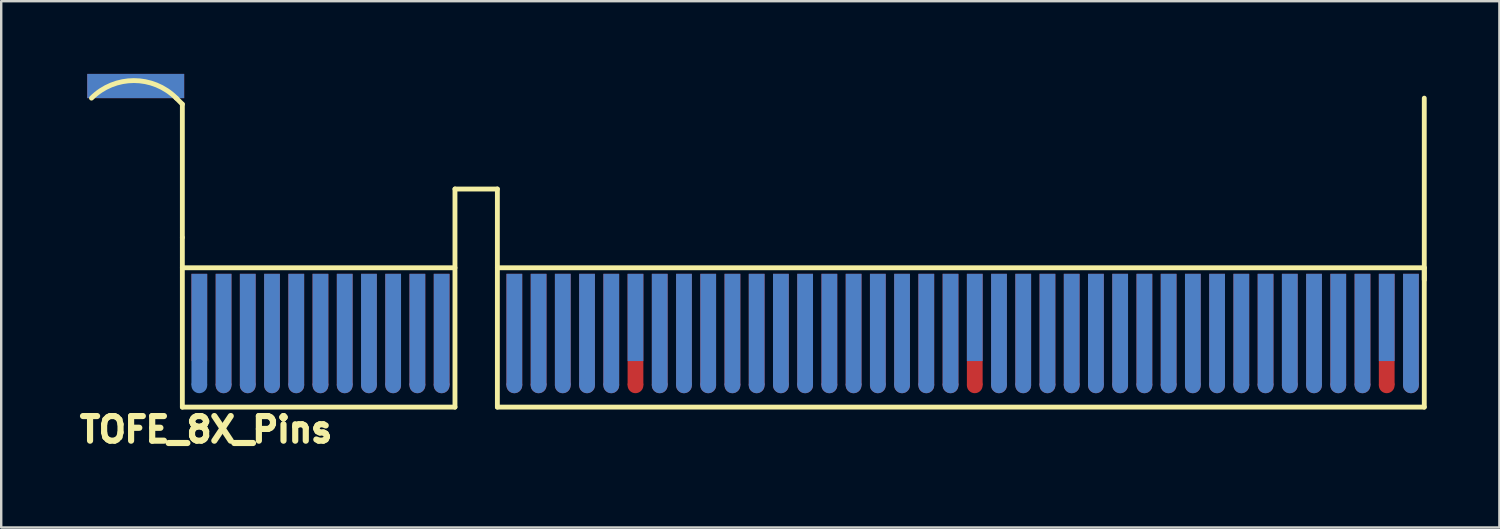
<source format=kicad_pcb>
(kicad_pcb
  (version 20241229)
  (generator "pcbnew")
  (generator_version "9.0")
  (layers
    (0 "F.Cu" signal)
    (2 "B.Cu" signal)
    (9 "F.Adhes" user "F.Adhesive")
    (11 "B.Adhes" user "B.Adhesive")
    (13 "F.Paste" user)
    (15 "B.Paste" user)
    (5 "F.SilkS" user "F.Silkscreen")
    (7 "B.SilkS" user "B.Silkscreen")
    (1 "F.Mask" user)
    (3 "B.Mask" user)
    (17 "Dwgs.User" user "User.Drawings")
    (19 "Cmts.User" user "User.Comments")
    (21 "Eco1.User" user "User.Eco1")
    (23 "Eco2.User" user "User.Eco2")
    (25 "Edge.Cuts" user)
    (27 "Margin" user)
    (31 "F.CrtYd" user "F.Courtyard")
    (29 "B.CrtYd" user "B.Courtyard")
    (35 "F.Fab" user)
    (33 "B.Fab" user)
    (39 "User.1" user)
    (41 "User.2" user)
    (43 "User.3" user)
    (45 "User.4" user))
  (footprint "TOFE_8X_Pins"
    (layer "F.Cu")
    (at 4.476 13.751)
    (property "Reference" "TOFE_8X_Pins" (at 0.98 0.927 0) (layer "F.SilkS") (effects (font (size 1.016 1.016) (thickness 0.254))))
    (attr through_hole)
    (fp_line (start -0.001 -12.501) (end -0.251 -12.751) (stroke (width 0.2) (type solid)) (layer "F.SilkS"))
    (fp_line (start -0.001 -7.001) (end -0.001 -12.501) (stroke (width 0.2) (type solid)) (layer "F.SilkS"))
    (fp_line (start -0.001 -0.001) (end -0.001 -7.001) (stroke (width 0.2) (type solid)) (layer "F.SilkS"))
    (fp_line (start -0.001 -0.001) (end 11.249 -0.001) (stroke (width 0.2) (type solid)) (layer "F.SilkS"))
    (fp_line (start 11.249 -9.001) (end 11.249 -0.001) (stroke (width 0.2) (type solid)) (layer "F.SilkS"))
    (fp_line (start 11.249 -9.001) (end 12.999 -9.001) (stroke (width 0.2) (type solid)) (layer "F.SilkS"))
    (fp_line (start 11.249 -5.751) (end -0.001 -5.751) (stroke (width 0.2) (type solid)) (layer "F.SilkS"))
    (fp_line (start 12.999 -9.001) (end 12.999 -0.001) (stroke (width 0.2) (type solid)) (layer "F.SilkS"))
    (fp_line (start 12.999 -0.001) (end 51.249 -0.001) (stroke (width 0.2) (type solid)) (layer "F.SilkS"))
    (fp_line (start 51.249 -5.751) (end 12.999 -5.751) (stroke (width 0.2) (type solid)) (layer "F.SilkS"))
    (fp_line (start 51.249 -5.251) (end 51.249 -12.751) (stroke (width 0.2) (type solid)) (layer "F.SilkS"))
    (fp_line (start 51.249 -0.001) (end 51.249 -5.751) (stroke (width 0.2) (type solid)) (layer "F.SilkS"))
    (fp_arc (start -3.75118 -12.75088) (mid -2.00118 -13.475754) (end -0.25118 -12.75088) (stroke (width 0.2) (type solid)) (layer "F.SilkS"))
    (pad "" smd rect (at -1.926 -13.251) (size 4 1) (layers "F.Cu"))
    (pad "" smd rect (at -1.926 -13.251) (size 4 1) (layers "B.Cu"))
    (pad "A1" connect rect (at 0.699 -3.701) (size 0.65 3.599) (layers "F.Cu" "F.Mask"))
    (pad "A2" connect rect (at 1.7 -3.201) (size 0.65 4.6) (layers "F.Cu" "F.Mask"))
    (pad "A2" connect oval (at 1.7 -0.9 90) (size 0.65 0.65) (layers "F.Cu" "F.Mask"))
    (pad "A3" connect rect (at 2.698 -3.201) (size 0.65 4.6) (layers "F.Cu" "F.Mask"))
    (pad "A3" connect oval (at 2.698 -0.9 90) (size 0.65 0.65) (layers "F.Cu" "F.Mask"))
    (pad "A4" connect rect (at 3.699 -3.201) (size 0.65 4.6) (layers "F.Cu" "F.Mask"))
    (pad "A4" connect oval (at 3.699 -0.9 90) (size 0.65 0.65) (layers "F.Cu" "F.Mask"))
    (pad "A5" connect rect (at 4.7 -3.201) (size 0.65 4.6) (layers "F.Cu" "F.Mask"))
    (pad "A5" connect oval (at 4.7 -0.9 90) (size 0.65 0.65) (layers "F.Cu" "F.Mask"))
    (pad "A6" connect rect (at 5.698 -3.201) (size 0.65 4.6) (layers "F.Cu" "F.Mask"))
    (pad "A6" connect oval (at 5.698 -0.9 90) (size 0.65 0.65) (layers "F.Cu" "F.Mask"))
    (pad "A7" connect rect (at 6.699 -3.201) (size 0.65 4.6) (layers "F.Cu" "F.Mask"))
    (pad "A7" connect oval (at 6.699 -0.9 90) (size 0.65 0.65) (layers "F.Cu" "F.Mask"))
    (pad "A8" connect rect (at 7.699 -3.201) (size 0.65 4.6) (layers "F.Cu" "F.Mask"))
    (pad "A8" connect oval (at 7.699 -0.9 90) (size 0.65 0.65) (layers "F.Cu" "F.Mask"))
    (pad "A9" connect rect (at 8.698 -3.201) (size 0.65 4.6) (layers "F.Cu" "F.Mask"))
    (pad "A9" connect oval (at 8.698 -0.9 90) (size 0.65 0.65) (layers "F.Cu" "F.Mask"))
    (pad "A10" connect rect (at 9.698 -3.201) (size 0.65 4.6) (layers "F.Cu" "F.Mask"))
    (pad "A10" connect oval (at 9.698 -0.9 90) (size 0.65 0.65) (layers "F.Cu" "F.Mask"))
    (pad "A11" connect rect (at 10.699 -3.201) (size 0.65 4.6) (layers "F.Cu" "F.Mask"))
    (pad "A11" connect oval (at 10.699 -0.9 90) (size 0.65 0.65) (layers "F.Cu" "F.Mask"))
    (pad "A12" connect rect (at 13.699 -3.201) (size 0.65 4.6) (layers "F.Cu" "F.Mask"))
    (pad "A12" connect oval (at 13.699 -0.9 90) (size 0.65 0.65) (layers "F.Cu" "F.Mask"))
    (pad "A13" connect rect (at 14.7 -3.201) (size 0.65 4.6) (layers "F.Cu" "F.Mask"))
    (pad "A13" connect oval (at 14.7 -0.9 90) (size 0.65 0.65) (layers "F.Cu" "F.Mask"))
    (pad "A14" connect rect (at 15.698 -3.201) (size 0.65 4.6) (layers "F.Cu" "F.Mask"))
    (pad "A14" connect oval (at 15.698 -0.9 90) (size 0.65 0.65) (layers "F.Cu" "F.Mask"))
    (pad "A15" connect rect (at 16.699 -3.201) (size 0.65 4.6) (layers "F.Cu" "F.Mask"))
    (pad "A15" connect oval (at 16.699 -0.9 90) (size 0.65 0.65) (layers "F.Cu" "F.Mask"))
    (pad "A16" connect rect (at 17.699 -3.201) (size 0.65 4.6) (layers "F.Cu" "F.Mask"))
    (pad "A16" connect oval (at 17.699 -0.9 90) (size 0.65 0.65) (layers "F.Cu" "F.Mask"))
    (pad "A17" connect rect (at 18.698 -3.201) (size 0.65 4.6) (layers "F.Cu" "F.Mask"))
    (pad "A17" connect oval (at 18.698 -0.9 90) (size 0.65 0.65) (layers "F.Cu" "F.Mask"))
    (pad "A18" connect oval (at 19.698 -0.9 90) (size 0.65 0.65) (layers "F.Cu" "F.Mask"))
    (pad "A18" connect rect (at 19.699 -3.201) (size 0.65 4.6) (layers "F.Cu" "F.Mask"))
    (pad "A19" connect rect (at 20.699 -3.201) (size 0.65 4.6) (layers "F.Cu" "F.Mask"))
    (pad "A19" connect oval (at 20.699 -0.9 90) (size 0.65 0.65) (layers "F.Cu" "F.Mask"))
    (pad "A20" connect rect (at 21.699 -3.201) (size 0.65 4.6) (layers "F.Cu" "F.Mask"))
    (pad "A20" connect oval (at 21.699 -0.9 90) (size 0.65 0.65) (layers "F.Cu" "F.Mask"))
    (pad "A21" connect rect (at 22.699 -3.201) (size 0.65 4.6) (layers "F.Cu" "F.Mask"))
    (pad "A21" connect oval (at 22.699 -0.9 90) (size 0.65 0.65) (layers "F.Cu" "F.Mask"))
    (pad "A22" connect rect (at 23.699 -3.201) (size 0.65 4.6) (layers "F.Cu" "F.Mask"))
    (pad "A22" connect oval (at 23.699 -0.9 90) (size 0.65 0.65) (layers "F.Cu" "F.Mask"))
    (pad "A23" connect rect (at 24.699 -3.201) (size 0.65 4.6) (layers "F.Cu" "F.Mask"))
    (pad "A23" connect oval (at 24.699 -0.9 90) (size 0.65 0.65) (layers "F.Cu" "F.Mask"))
    (pad "A24" connect rect (at 25.699 -3.201) (size 0.65 4.6) (layers "F.Cu" "F.Mask"))
    (pad "A24" connect oval (at 25.699 -0.9 90) (size 0.65 0.65) (layers "F.Cu" "F.Mask"))
    (pad "A25" connect rect (at 26.699 -3.201) (size 0.65 4.6) (layers "F.Cu" "F.Mask"))
    (pad "A25" connect oval (at 26.699 -0.9 90) (size 0.65 0.65) (layers "F.Cu" "F.Mask"))
    (pad "A26" connect rect (at 27.699 -3.201) (size 0.65 4.6) (layers "F.Cu" "F.Mask"))
    (pad "A26" connect oval (at 27.699 -0.9 90) (size 0.65 0.65) (layers "F.Cu" "F.Mask"))
    (pad "A27" connect rect (at 28.699 -3.201) (size 0.65 4.6) (layers "F.Cu" "F.Mask"))
    (pad "A27" connect oval (at 28.699 -0.9 90) (size 0.65 0.65) (layers "F.Cu" "F.Mask"))
    (pad "A28" connect rect (at 29.699 -3.201) (size 0.65 4.6) (layers "F.Cu" "F.Mask"))
    (pad "A28" connect oval (at 29.699 -0.9 90) (size 0.65 0.65) (layers "F.Cu" "F.Mask"))
    (pad "A29" connect rect (at 30.699 -3.201) (size 0.65 4.6) (layers "F.Cu" "F.Mask"))
    (pad "A29" connect oval (at 30.699 -0.9 90) (size 0.65 0.65) (layers "F.Cu" "F.Mask"))
    (pad "A30" connect rect (at 31.699 -3.201) (size 0.65 4.6) (layers "F.Cu" "F.Mask"))
    (pad "A30" connect oval (at 31.699 -0.9 90) (size 0.65 0.65) (layers "F.Cu" "F.Mask"))
    (pad "A31" connect rect (at 32.699 -3.201) (size 0.65 4.6) (layers "F.Cu" "F.Mask"))
    (pad "A31" connect oval (at 32.699 -0.9 90) (size 0.65 0.65) (layers "F.Cu" "F.Mask"))
    (pad "A32" connect rect (at 33.699 -3.201) (size 0.65 4.6) (layers "F.Cu" "F.Mask"))
    (pad "A32" connect oval (at 33.699 -0.9 90) (size 0.65 0.65) (layers "F.Cu" "F.Mask"))
    (pad "A33" connect rect (at 34.699 -3.201) (size 0.65 4.6) (layers "F.Cu" "F.Mask"))
    (pad "A33" connect oval (at 34.699 -0.9 90) (size 0.65 0.65) (layers "F.Cu" "F.Mask"))
    (pad "A34" connect rect (at 35.699 -3.201) (size 0.65 4.6) (layers "F.Cu" "F.Mask"))
    (pad "A34" connect oval (at 35.699 -0.9 90) (size 0.65 0.65) (layers "F.Cu" "F.Mask"))
    (pad "A35" connect rect (at 36.699 -3.201) (size 0.65 4.6) (layers "F.Cu" "F.Mask"))
    (pad "A35" connect oval (at 36.699 -0.9 90) (size 0.65 0.65) (layers "F.Cu" "F.Mask"))
    (pad "A36" connect rect (at 37.699 -3.201) (size 0.65 4.6) (layers "F.Cu" "F.Mask"))
    (pad "A36" connect oval (at 37.699 -0.9 90) (size 0.65 0.65) (layers "F.Cu" "F.Mask"))
    (pad "A37" connect rect (at 38.699 -3.201) (size 0.65 4.6) (layers "F.Cu" "F.Mask"))
    (pad "A37" connect oval (at 38.699 -0.9 90) (size 0.65 0.65) (layers "F.Cu" "F.Mask"))
    (pad "A38" connect rect (at 39.699 -3.201) (size 0.65 4.6) (layers "F.Cu" "F.Mask"))
    (pad "A38" connect oval (at 39.699 -0.9 90) (size 0.65 0.65) (layers "F.Cu" "F.Mask"))
    (pad "A39" connect rect (at 40.699 -3.201) (size 0.65 4.6) (layers "F.Cu" "F.Mask"))
    (pad "A39" connect oval (at 40.699 -0.9 90) (size 0.65 0.65) (layers "F.Cu" "F.Mask"))
    (pad "A40" connect rect (at 41.699 -3.201) (size 0.65 4.6) (layers "F.Cu" "F.Mask"))
    (pad "A40" connect oval (at 41.699 -0.9 90) (size 0.65 0.65) (layers "F.Cu" "F.Mask"))
    (pad "A41" connect rect (at 42.699 -3.201) (size 0.65 4.6) (layers "F.Cu" "F.Mask"))
    (pad "A41" connect oval (at 42.699 -0.9 90) (size 0.65 0.65) (layers "F.Cu" "F.Mask"))
    (pad "A42" connect rect (at 43.699 -3.201) (size 0.65 4.6) (layers "F.Cu" "F.Mask"))
    (pad "A42" connect oval (at 43.699 -0.9 90) (size 0.65 0.65) (layers "F.Cu" "F.Mask"))
    (pad "A43" connect rect (at 44.699 -3.201) (size 0.65 4.6) (layers "F.Cu" "F.Mask"))
    (pad "A43" connect oval (at 44.699 -0.9 90) (size 0.65 0.65) (layers "F.Cu" "F.Mask"))
    (pad "A44" connect rect (at 45.699 -3.201) (size 0.65 4.6) (layers "F.Cu" "F.Mask"))
    (pad "A44" connect oval (at 45.699 -0.9 90) (size 0.65 0.65) (layers "F.Cu" "F.Mask"))
    (pad "A45" connect rect (at 46.699 -3.201) (size 0.65 4.6) (layers "F.Cu" "F.Mask"))
    (pad "A45" connect oval (at 46.699 -0.9 90) (size 0.65 0.65) (layers "F.Cu" "F.Mask"))
    (pad "A46" connect rect (at 47.699 -3.201) (size 0.65 4.6) (layers "F.Cu" "F.Mask"))
    (pad "A46" connect oval (at 47.699 -0.9 90) (size 0.65 0.65) (layers "F.Cu" "F.Mask"))
    (pad "A47" connect rect (at 48.699 -3.201) (size 0.65 4.6) (layers "F.Cu" "F.Mask"))
    (pad "A47" connect oval (at 48.699 -0.9 90) (size 0.65 0.65) (layers "F.Cu" "F.Mask"))
    (pad "A48" connect rect (at 49.699 -3.201) (size 0.65 4.6) (layers "F.Cu" "F.Mask"))
    (pad "A48" connect oval (at 49.699 -0.9 90) (size 0.65 0.65) (layers "F.Cu" "F.Mask"))
    (pad "A49" connect rect (at 50.699 -3.201) (size 0.65 4.6) (layers "F.Cu" "F.Mask"))
    (pad "A49" connect oval (at 50.699 -0.9 90) (size 0.65 0.65) (layers "F.Cu" "F.Mask"))
    (pad "B1" connect rect (at 0.699 -3.201) (size 0.65 4.6) (layers "B.Cu" "B.Mask"))
    (pad "B1" connect circle (at 0.699 -0.9) (size 0.65 0.65) (layers "B.Cu" "B.Mask"))
    (pad "B2" connect rect (at 1.7 -3.201) (size 0.65 4.6) (layers "B.Cu" "B.Mask"))
    (pad "B2" connect circle (at 1.7 -0.9) (size 0.65 0.65) (layers "B.Cu" "B.Mask"))
    (pad "B3" connect rect (at 2.698 -3.201) (size 0.65 4.6) (layers "B.Cu" "B.Mask"))
    (pad "B3" connect circle (at 2.698 -0.9) (size 0.65 0.65) (layers "B.Cu" "B.Mask"))
    (pad "B4" connect rect (at 3.699 -3.201) (size 0.65 4.6) (layers "B.Cu" "B.Mask"))
    (pad "B4" connect circle (at 3.699 -0.9) (size 0.65 0.65) (layers "B.Cu" "B.Mask"))
    (pad "B5" connect rect (at 4.7 -3.201) (size 0.65 4.6) (layers "B.Cu" "B.Mask"))
    (pad "B5" connect circle (at 4.7 -0.9) (size 0.65 0.65) (layers "B.Cu" "B.Mask"))
    (pad "B6" connect rect (at 5.698 -3.201) (size 0.65 4.6) (layers "B.Cu" "B.Mask"))
    (pad "B6" connect circle (at 5.698 -0.9) (size 0.65 0.65) (layers "B.Cu" "B.Mask"))
    (pad "B7" connect rect (at 6.699 -3.201) (size 0.65 4.6) (layers "B.Cu" "B.Mask"))
    (pad "B7" connect circle (at 6.699 -0.9) (size 0.65 0.65) (layers "B.Cu" "B.Mask"))
    (pad "B8" connect rect (at 7.699 -3.201) (size 0.65 4.6) (layers "B.Cu" "B.Mask"))
    (pad "B8" connect circle (at 7.699 -0.9) (size 0.65 0.65) (layers "B.Cu" "B.Mask"))
    (pad "B9" connect rect (at 8.698 -3.201) (size 0.65 4.6) (layers "B.Cu" "B.Mask"))
    (pad "B9" connect circle (at 8.698 -0.9) (size 0.65 0.65) (layers "B.Cu" "B.Mask"))
    (pad "B10" connect rect (at 9.698 -3.201) (size 0.65 4.6) (layers "B.Cu" "B.Mask"))
    (pad "B10" connect circle (at 9.698 -0.9) (size 0.65 0.65) (layers "B.Cu" "B.Mask"))
    (pad "B11" connect rect (at 10.699 -3.201) (size 0.65 4.6) (layers "B.Cu" "B.Mask"))
    (pad "B11" connect circle (at 10.699 -0.9) (size 0.65 0.65) (layers "B.Cu" "B.Mask"))
    (pad "B12" connect rect (at 13.699 -3.201) (size 0.65 4.6) (layers "B.Cu" "B.Mask"))
    (pad "B12" connect circle (at 13.699 -0.9) (size 0.65 0.65) (layers "B.Cu" "B.Mask"))
    (pad "B13" connect rect (at 14.7 -3.201) (size 0.65 4.6) (layers "B.Cu" "B.Mask"))
    (pad "B13" connect circle (at 14.7 -0.9) (size 0.65 0.65) (layers "B.Cu" "B.Mask"))
    (pad "B14" connect rect (at 15.698 -3.201) (size 0.65 4.6) (layers "B.Cu" "B.Mask"))
    (pad "B14" connect circle (at 15.698 -0.9) (size 0.65 0.65) (layers "B.Cu" "B.Mask"))
    (pad "B15" connect rect (at 16.699 -3.201) (size 0.65 4.6) (layers "B.Cu" "B.Mask"))
    (pad "B15" connect circle (at 16.699 -0.9) (size 0.65 0.65) (layers "B.Cu" "B.Mask"))
    (pad "B16" connect rect (at 17.699 -3.201) (size 0.65 4.6) (layers "B.Cu" "B.Mask"))
    (pad "B16" connect circle (at 17.699 -0.9) (size 0.65 0.65) (layers "B.Cu" "B.Mask"))
    (pad "B17" connect rect (at 18.698 -3.701) (size 0.65 3.599) (layers "B.Cu" "B.Mask"))
    (pad "B18" connect rect (at 19.698 -3.201) (size 0.65 4.6) (layers "B.Cu" "B.Mask"))
    (pad "B18" connect circle (at 19.698 -0.9) (size 0.65 0.65) (layers "B.Cu" "B.Mask"))
    (pad "B19" connect rect (at 20.699 -3.201) (size 0.65 4.6) (layers "B.Cu" "B.Mask"))
    (pad "B19" connect circle (at 20.699 -0.9) (size 0.65 0.65) (layers "B.Cu" "B.Mask"))
    (pad "B20" connect rect (at 21.699 -3.201) (size 0.65 4.6) (layers "B.Cu" "B.Mask"))
    (pad "B20" connect circle (at 21.699 -0.9) (size 0.65 0.65) (layers "B.Cu" "B.Mask"))
    (pad "B21" connect rect (at 22.699 -3.201) (size 0.65 4.6) (layers "B.Cu" "B.Mask"))
    (pad "B21" connect circle (at 22.699 -0.9) (size 0.65 0.65) (layers "B.Cu" "B.Mask"))
    (pad "B22" connect rect (at 23.699 -3.201) (size 0.65 4.6) (layers "B.Cu" "B.Mask"))
    (pad "B22" connect circle (at 23.699 -0.9) (size 0.65 0.65) (layers "B.Cu" "B.Mask"))
    (pad "B23" connect rect (at 24.699 -3.201) (size 0.65 4.6) (layers "B.Cu" "B.Mask"))
    (pad "B23" connect circle (at 24.699 -0.9) (size 0.65 0.65) (layers "B.Cu" "B.Mask"))
    (pad "B24" connect rect (at 25.699 -3.201) (size 0.65 4.6) (layers "B.Cu" "B.Mask"))
    (pad "B24" connect circle (at 25.699 -0.9) (size 0.65 0.65) (layers "B.Cu" "B.Mask"))
    (pad "B25" connect rect (at 26.699 -3.201) (size 0.65 4.6) (layers "B.Cu" "B.Mask"))
    (pad "B25" connect circle (at 26.699 -0.9) (size 0.65 0.65) (layers "B.Cu" "B.Mask"))
    (pad "B26" connect rect (at 27.699 -3.201) (size 0.65 4.6) (layers "B.Cu" "B.Mask"))
    (pad "B26" connect circle (at 27.699 -0.9) (size 0.65 0.65) (layers "B.Cu" "B.Mask"))
    (pad "B27" connect rect (at 28.699 -3.201) (size 0.65 4.6) (layers "B.Cu" "B.Mask"))
    (pad "B27" connect circle (at 28.699 -0.9) (size 0.65 0.65) (layers "B.Cu" "B.Mask"))
    (pad "B28" connect rect (at 29.699 -3.201) (size 0.65 4.6) (layers "B.Cu" "B.Mask"))
    (pad "B28" connect circle (at 29.699 -0.9) (size 0.65 0.65) (layers "B.Cu" "B.Mask"))
    (pad "B29" connect rect (at 30.699 -3.201) (size 0.65 4.6) (layers "B.Cu" "B.Mask"))
    (pad "B29" connect circle (at 30.699 -0.9) (size 0.65 0.65) (layers "B.Cu" "B.Mask"))
    (pad "B30" connect rect (at 31.699 -3.201) (size 0.65 4.6) (layers "B.Cu" "B.Mask"))
    (pad "B30" connect circle (at 31.699 -0.9) (size 0.65 0.65) (layers "B.Cu" "B.Mask"))
    (pad "B31" connect rect (at 32.699 -3.701) (size 0.65 3.599) (layers "B.Cu" "B.Mask"))
    (pad "B32" connect rect (at 33.699 -3.201) (size 0.65 4.6) (layers "B.Cu" "B.Mask"))
    (pad "B32" connect circle (at 33.699 -0.9) (size 0.65 0.65) (layers "B.Cu" "B.Mask"))
    (pad "B33" connect rect (at 34.699 -3.201) (size 0.65 4.6) (layers "B.Cu" "B.Mask"))
    (pad "B33" connect circle (at 34.699 -0.9) (size 0.65 0.65) (layers "B.Cu" "B.Mask"))
    (pad "B34" connect rect (at 35.699 -3.201) (size 0.65 4.6) (layers "B.Cu" "B.Mask"))
    (pad "B34" connect circle (at 35.699 -0.9) (size 0.65 0.65) (layers "B.Cu" "B.Mask"))
    (pad "B35" connect rect (at 36.699 -3.201) (size 0.65 4.6) (layers "B.Cu" "B.Mask"))
    (pad "B35" connect circle (at 36.699 -0.9) (size 0.65 0.65) (layers "B.Cu" "B.Mask"))
    (pad "B36" connect rect (at 37.699 -3.201) (size 0.65 4.6) (layers "B.Cu" "B.Mask"))
    (pad "B36" connect circle (at 37.699 -0.9) (size 0.65 0.65) (layers "B.Cu" "B.Mask"))
    (pad "B37" connect rect (at 38.699 -3.201) (size 0.65 4.6) (layers "B.Cu" "B.Mask"))
    (pad "B37" connect circle (at 38.699 -0.9) (size 0.65 0.65) (layers "B.Cu" "B.Mask"))
    (pad "B38" connect rect (at 39.699 -3.201) (size 0.65 4.6) (layers "B.Cu" "B.Mask"))
    (pad "B38" connect circle (at 39.699 -0.9) (size 0.65 0.65) (layers "B.Cu" "B.Mask"))
    (pad "B39" connect rect (at 40.699 -3.201) (size 0.65 4.6) (layers "B.Cu" "B.Mask"))
    (pad "B39" connect circle (at 40.699 -0.9) (size 0.65 0.65) (layers "B.Cu" "B.Mask"))
    (pad "B40" connect rect (at 41.699 -3.201) (size 0.65 4.6) (layers "B.Cu" "B.Mask"))
    (pad "B40" connect circle (at 41.699 -0.9) (size 0.65 0.65) (layers "B.Cu" "B.Mask"))
    (pad "B41" connect rect (at 42.699 -3.201) (size 0.65 4.6) (layers "B.Cu" "B.Mask"))
    (pad "B41" connect circle (at 42.699 -0.9) (size 0.65 0.65) (layers "B.Cu" "B.Mask"))
    (pad "B42" connect rect (at 43.699 -3.201) (size 0.65 4.6) (layers "B.Cu" "B.Mask"))
    (pad "B42" connect circle (at 43.699 -0.9) (size 0.65 0.65) (layers "B.Cu" "B.Mask"))
    (pad "B43" connect rect (at 44.699 -3.201) (size 0.65 4.6) (layers "B.Cu" "B.Mask"))
    (pad "B43" connect circle (at 44.699 -0.9) (size 0.65 0.65) (layers "B.Cu" "B.Mask"))
    (pad "B44" connect rect (at 45.699 -3.201) (size 0.65 4.6) (layers "B.Cu" "B.Mask"))
    (pad "B44" connect circle (at 45.699 -0.9) (size 0.65 0.65) (layers "B.Cu" "B.Mask"))
    (pad "B45" connect rect (at 46.699 -3.201) (size 0.65 4.6) (layers "B.Cu" "B.Mask"))
    (pad "B45" connect circle (at 46.699 -0.9) (size 0.65 0.65) (layers "B.Cu" "B.Mask"))
    (pad "B46" connect rect (at 47.699 -3.201) (size 0.65 4.6) (layers "B.Cu" "B.Mask"))
    (pad "B46" connect circle (at 47.699 -0.9) (size 0.65 0.65) (layers "B.Cu" "B.Mask"))
    (pad "B47" connect rect (at 48.699 -3.201) (size 0.65 4.6) (layers "B.Cu" "B.Mask"))
    (pad "B47" connect circle (at 48.699 -0.9) (size 0.65 0.65) (layers "B.Cu" "B.Mask"))
    (pad "B48" connect rect (at 49.699 -3.701) (size 0.65 3.599) (layers "B.Cu" "B.Mask"))
    (pad "B49" connect rect (at 50.699 -3.201) (size 0.65 4.6) (layers "B.Cu" "B.Mask"))
    (pad "B49" connect circle (at 50.699 -0.9) (size 0.65 0.65) (layers "B.Cu" "B.Mask")))
  (gr_rect
    (start -3 -3)
    (end 58.825 18.718)
    (stroke (width 0.1) (type default))
    (fill no)
    (layer "Edge.Cuts")))
</source>
